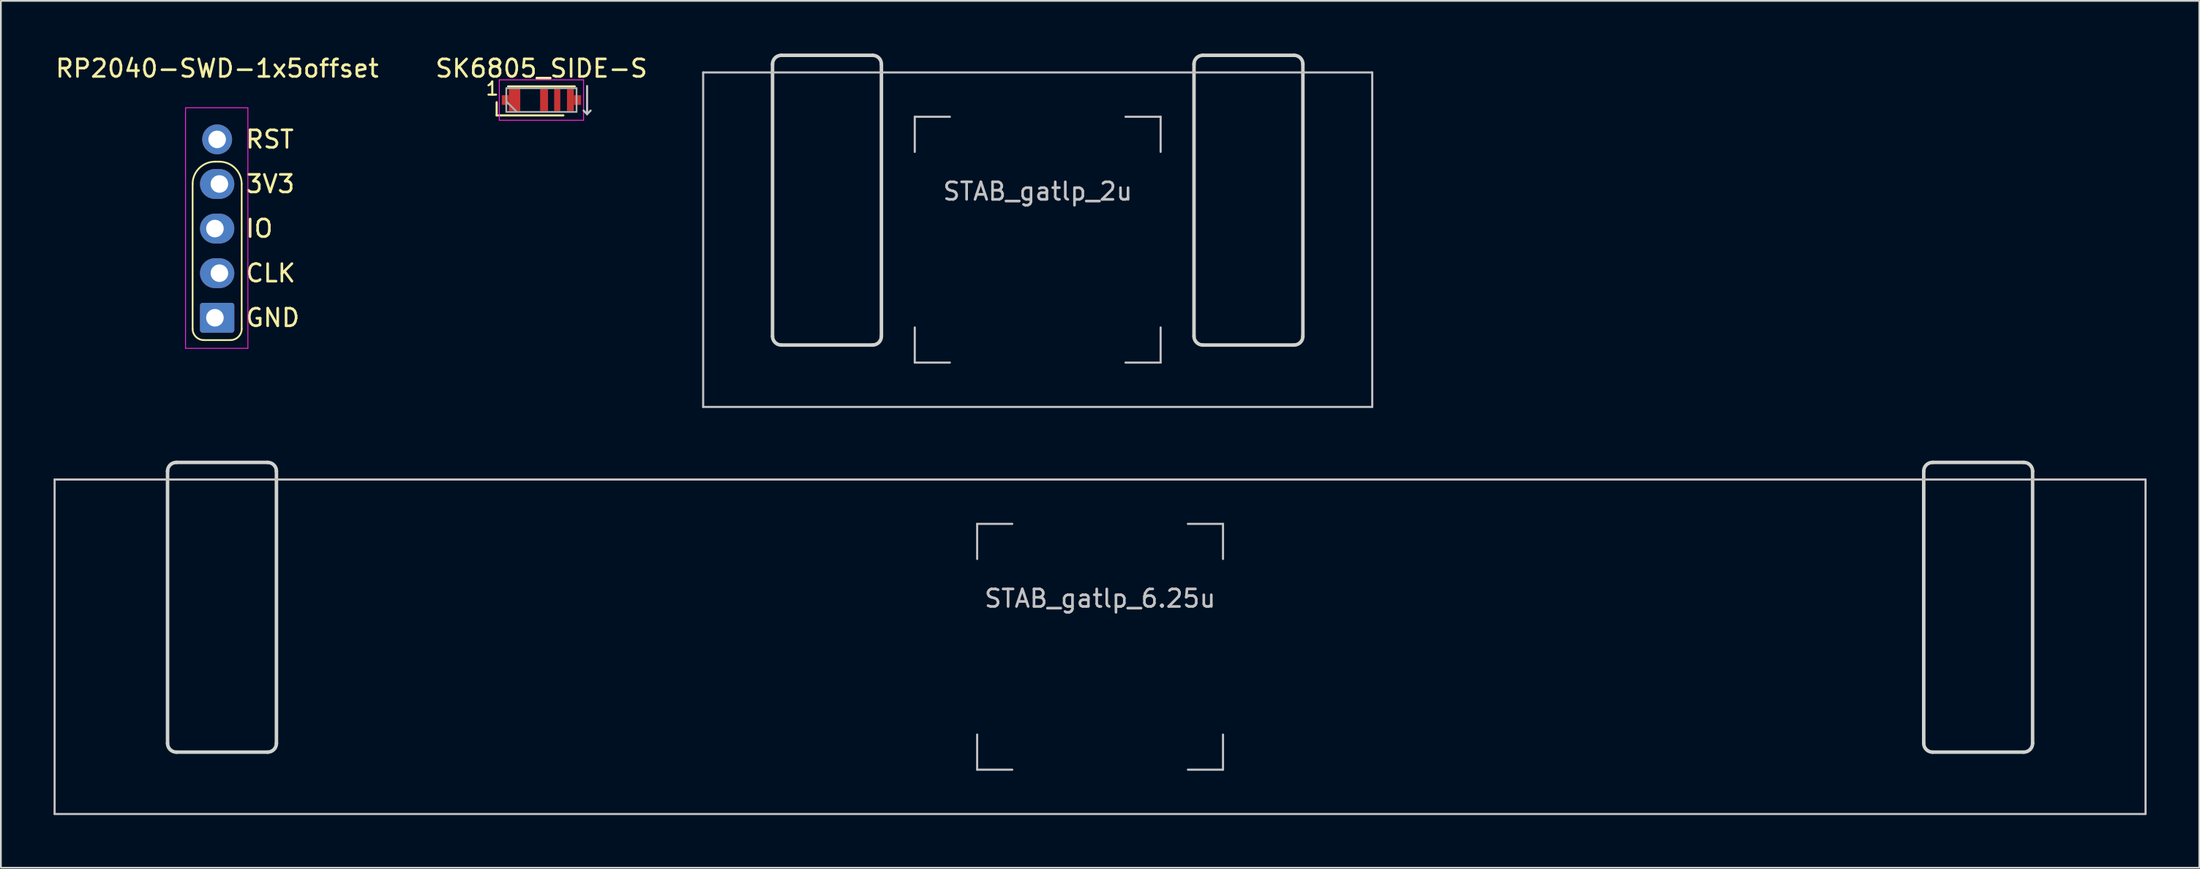
<source format=kicad_pcb>
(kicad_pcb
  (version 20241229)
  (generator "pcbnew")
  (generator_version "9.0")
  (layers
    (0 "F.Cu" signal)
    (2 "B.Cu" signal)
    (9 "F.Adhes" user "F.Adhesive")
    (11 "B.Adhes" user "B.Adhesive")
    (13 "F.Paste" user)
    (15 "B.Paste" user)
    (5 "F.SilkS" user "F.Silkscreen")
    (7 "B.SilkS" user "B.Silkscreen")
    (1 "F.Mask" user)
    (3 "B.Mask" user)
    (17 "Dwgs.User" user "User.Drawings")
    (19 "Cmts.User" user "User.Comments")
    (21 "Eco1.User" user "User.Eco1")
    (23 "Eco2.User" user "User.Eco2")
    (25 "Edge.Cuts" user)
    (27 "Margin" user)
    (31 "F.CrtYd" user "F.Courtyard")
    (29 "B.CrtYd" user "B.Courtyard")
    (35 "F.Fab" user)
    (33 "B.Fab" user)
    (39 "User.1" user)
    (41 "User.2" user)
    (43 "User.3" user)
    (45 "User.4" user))
  (footprint "STAB_gatlp_2u"
    (layer "F.Cu")
    (at 56.039 10.6)
    (property "Reference" "STAB_gatlp_2u" (at 0 -2.75 180) (layer "Dwgs.User") (effects (font (size 1 1) (thickness 0.15))))
    (attr exclude_from_pos_files exclude_from_bom)
    (fp_line (start -19.05 -9.525) (end -19.05 9.525) (stroke (width 0.12) (type solid)) (layer "Dwgs.User"))
    (fp_line (start -19.05 9.525) (end 19.05 9.525) (stroke (width 0.12) (type solid)) (layer "Dwgs.User"))
    (fp_line (start -7 -7) (end -7 -5) (stroke (width 0.12) (type solid)) (layer "Dwgs.User"))
    (fp_line (start -7 -7) (end -5 -7) (stroke (width 0.12) (type solid)) (layer "Dwgs.User"))
    (fp_line (start -7 7) (end -7 5) (stroke (width 0.12) (type solid)) (layer "Dwgs.User"))
    (fp_line (start -7 7) (end -5 7) (stroke (width 0.12) (type solid)) (layer "Dwgs.User"))
    (fp_line (start 7 -7) (end 5 -7) (stroke (width 0.12) (type solid)) (layer "Dwgs.User"))
    (fp_line (start 7 -7) (end 7 -5) (stroke (width 0.12) (type solid)) (layer "Dwgs.User"))
    (fp_line (start 7 5) (end 7 7) (stroke (width 0.12) (type solid)) (layer "Dwgs.User"))
    (fp_line (start 7 7) (end 5 7) (stroke (width 0.12) (type solid)) (layer "Dwgs.User"))
    (fp_line (start 19.05 -9.525) (end -19.05 -9.525) (stroke (width 0.12) (type solid)) (layer "Dwgs.User"))
    (fp_line (start 19.05 9.525) (end 19.05 -9.525) (stroke (width 0.12) (type solid)) (layer "Dwgs.User"))
    (fp_line (start -15.1 5.5) (end -15.1 -10) (stroke (width 0.2) (type solid)) (layer "Edge.Cuts"))
    (fp_line (start -14.6 -10.5) (end -9.4 -10.5) (stroke (width 0.2) (type solid)) (layer "Edge.Cuts"))
    (fp_line (start -9.4 6) (end -14.6 6) (stroke (width 0.2) (type solid)) (layer "Edge.Cuts"))
    (fp_line (start -8.9 -10) (end -8.9 5.5) (stroke (width 0.2) (type solid)) (layer "Edge.Cuts"))
    (fp_line (start 8.9 5.5) (end 8.9 -10) (stroke (width 0.2) (type solid)) (layer "Edge.Cuts"))
    (fp_line (start 9.4 -10.5) (end 14.6 -10.5) (stroke (width 0.2) (type solid)) (layer "Edge.Cuts"))
    (fp_line (start 14.6 6) (end 9.4 6) (stroke (width 0.2) (type solid)) (layer "Edge.Cuts"))
    (fp_line (start 15.1 -10) (end 15.1 5.5) (stroke (width 0.2) (type solid)) (layer "Edge.Cuts"))
    (fp_arc (start -15.1 -10) (mid -14.953554 -10.353554) (end -14.6 -10.5) (stroke (width 0.2) (type solid)) (layer "Edge.Cuts"))
    (fp_arc (start -14.6 6) (mid -14.953553 5.853553) (end -15.1 5.5) (stroke (width 0.2) (type solid)) (layer "Edge.Cuts"))
    (fp_arc (start -9.4 -10.5) (mid -9.046447 -10.353553) (end -8.9 -10) (stroke (width 0.2) (type solid)) (layer "Edge.Cuts"))
    (fp_arc (start -8.9 5.5) (mid -9.046447 5.853553) (end -9.4 6) (stroke (width 0.2) (type solid)) (layer "Edge.Cuts"))
    (fp_arc (start 8.9 -10) (mid 9.046447 -10.353553) (end 9.4 -10.5) (stroke (width 0.2) (type solid)) (layer "Edge.Cuts"))
    (fp_arc (start 9.4 6) (mid 9.046447 5.853553) (end 8.9 5.5) (stroke (width 0.2) (type solid)) (layer "Edge.Cuts"))
    (fp_arc (start 14.6 -10.5) (mid 14.953553 -10.353553) (end 15.1 -10) (stroke (width 0.2) (type solid)) (layer "Edge.Cuts"))
    (fp_arc (start 15.1 5.5) (mid 14.953553 5.853553) (end 14.6 6) (stroke (width 0.2) (type solid)) (layer "Edge.Cuts")))
  (footprint "RP2040-SWD-1x5offset"
    (layer "F.Cu")
    (at 9.315 9.968)
    (property "Reference" "RP2040-SWD-1x5offset" (at 0 -9.12 0) (layer "F.SilkS") (effects (font (size 1 1) (thickness 0.15))))
    (attr through_hole)
    (fp_line (start -1.397 -2.54) (end -1.397 5.715) (stroke (width 0.1) (type solid)) (layer "F.SilkS"))
    (fp_line (start -0.762 6.35) (end 0.762 6.35) (stroke (width 0.1) (type solid)) (layer "F.SilkS"))
    (fp_line (start -0.127 -3.81) (end 0.127 -3.81) (stroke (width 0.1) (type solid)) (layer "F.SilkS"))
    (fp_line (start 1.397 5.715) (end 1.397 -2.54) (stroke (width 0.1) (type solid)) (layer "F.SilkS"))
    (fp_arc (start -1.397 -2.54) (mid -1.025026 -3.438026) (end -0.127 -3.81) (stroke (width 0.1) (type solid)) (layer "F.SilkS"))
    (fp_arc (start -0.762 6.35) (mid -1.211013 6.164013) (end -1.397 5.715) (stroke (width 0.1) (type solid)) (layer "F.SilkS"))
    (fp_arc (start 0.127 -3.81) (mid 1.025026 -3.438026) (end 1.397 -2.54) (stroke (width 0.1) (type solid)) (layer "F.SilkS"))
    (fp_arc (start 1.397 5.715) (mid 1.211013 6.164013) (end 0.762 6.35) (stroke (width 0.1) (type solid)) (layer "F.SilkS"))
    (fp_line (start -1.8 -6.88) (end 1.75 -6.88) (stroke (width 0.05) (type solid)) (layer "F.CrtYd"))
    (fp_line (start -1.8 6.82) (end -1.8 -6.88) (stroke (width 0.05) (type solid)) (layer "F.CrtYd"))
    (fp_line (start -1.8 6.82) (end 1.75 6.82) (stroke (width 0.05) (type solid)) (layer "F.CrtYd"))
    (fp_line (start 1.75 -6.88) (end 1.75 6.82) (stroke (width 0.05) (type solid)) (layer "F.CrtYd"))
    (fp_text user "IO" (at 1.54 0 180) (layer "F.SilkS") (effects (font (size 1 1) (thickness 0.15)) (justify left)))
    (fp_text user "RST" (at 1.54 -5.08 0) (layer "F.SilkS") (effects (font (size 1 1) (thickness 0.15)) (justify left)))
    (fp_text user "GND" (at 1.54 5.08 180) (layer "F.SilkS") (effects (font (size 1 1) (thickness 0.15)) (justify left)))
    (fp_text user "3V3" (at 1.54 -2.54 180) (layer "F.SilkS") (effects (font (size 1 1) (thickness 0.15)) (justify left)))
    (fp_text user "CLK" (at 1.54 2.54 180) (layer "F.SilkS") (effects (font (size 1 1) (thickness 0.15)) (justify left)))
    (pad "1" thru_hole circle (at 0 -5.08) (size 1.7 1.7) (drill 1) (layers "*.Cu" "F.Mask"))
    (pad "2" thru_hole oval (at 0.127 -2.54 180) (size 1.954 1.7) (drill 1 (offset 0.127 0)) (layers "*.Cu" "F.Mask"))
    (pad "3" thru_hole oval (at -0.127 0 180) (size 1.954 1.7) (drill 1 (offset -0.127 0)) (layers "*.Cu" "F.Mask"))
    (pad "4" thru_hole oval (at 0.127 2.54 180) (size 1.954 1.7) (drill 1 (offset 0.127 0)) (layers "*.Cu" "F.Mask"))
    (pad "5" thru_hole roundrect (at -0.127 5.08 180) (size 1.954 1.7) (drill 1 (offset -0.127 0)) (layers "*.Cu" "F.Mask") (roundrect_rratio 0.088)))
  (footprint "SK6805_SIDE-S"
    (layer "F.Cu")
    (at 27.78 2.648)
    (property "Reference" "SK6805_SIDE-S" (at 0 -1.8 0) (layer "F.SilkS") (effects (font (size 1 1) (thickness 0.15))))
    (attr smd)
    (fp_line (start -2.55 0.875) (end -2.55 0.125) (stroke (width 0.12) (type solid)) (layer "F.SilkS"))
    (fp_line (start -2.55 0.875) (end 1.25 0.875) (stroke (width 0.12) (type solid)) (layer "F.SilkS"))
    (fp_line (start -1.9 -0.775) (end 1.9 -0.775) (stroke (width 0.12) (type solid)) (layer "F.SilkS"))
    (fp_line (start 2.6 -0.8) (end 2.6 0.8) (stroke (width 0.12) (type solid)) (layer "Dwgs.User"))
    (fp_line (start 2.6 0.8) (end 2.4 0.6) (stroke (width 0.12) (type solid)) (layer "Dwgs.User"))
    (fp_line (start 2.6 0.8) (end 2.8 0.6) (stroke (width 0.12) (type solid)) (layer "Dwgs.User"))
    (fp_line (start -2.4 -1.15) (end -2.4 1.15) (stroke (width 0.05) (type solid)) (layer "F.CrtYd"))
    (fp_line (start -2.4 1.15) (end 2.4 1.15) (stroke (width 0.05) (type solid)) (layer "F.CrtYd"))
    (fp_line (start 2.4 -1.15) (end -2.4 -1.15) (stroke (width 0.05) (type solid)) (layer "F.CrtYd"))
    (fp_line (start 2.4 1.15) (end 2.4 -1.15) (stroke (width 0.05) (type solid)) (layer "F.CrtYd"))
    (fp_line (start -2 -0.675) (end -2 0.675) (stroke (width 0.1) (type solid)) (layer "F.Fab"))
    (fp_line (start -2 0.075) (end -1.4 0.675) (stroke (width 0.1) (type solid)) (layer "F.Fab"))
    (fp_line (start -2 0.675) (end 2 0.675) (stroke (width 0.1) (type solid)) (layer "F.Fab"))
    (fp_line (start 2 -0.675) (end -2 -0.675) (stroke (width 0.1) (type solid)) (layer "F.Fab"))
    (fp_line (start 2 0.675) (end 2 -0.675) (stroke (width 0.1) (type solid)) (layer "F.Fab"))
    (fp_text user "1" (at -2.8 -0.65 0) (layer "F.SilkS") (effects (font (size 0.75 0.75) (thickness 0.12))))
    (pad "1" smd rect (at -2.055 0 180) (size 0.4 0.55) (layers "F.Cu" "F.Mask" "F.Paste"))
    (pad "1" smd rect (at -1.53 0 180) (size 0.65 1.25) (layers "F.Cu" "F.Mask" "F.Paste"))
    (pad "2" smd rect (at 0.15 0) (size 0.45 1.25) (layers "F.Cu" "F.Mask" "F.Paste"))
    (pad "3" smd rect (at 0.9 0) (size 0.35 1.25) (layers "F.Cu" "F.Mask" "F.Paste"))
    (pad "4" smd rect (at 1.65 0) (size 0.39 1.25) (layers "F.Cu" "F.Mask" "F.Paste"))
    (pad "4" smd rect (at 2.05 0) (size 0.41 0.55) (layers "F.Cu" "F.Mask" "F.Paste")))
  (footprint "STAB_gatlp_6.25u"
    (layer "F.Cu")
    (at 59.591 33.785)
    (property "Reference" "STAB_gatlp_6.25u" (at 0 -2.75 180) (layer "Dwgs.User") (effects (font (size 1 1) (thickness 0.15))))
    (attr exclude_from_pos_files exclude_from_bom)
    (fp_line (start -59.531 -9.525) (end -59.531 9.525) (stroke (width 0.12) (type solid)) (layer "Dwgs.User"))
    (fp_line (start -59.531 9.525) (end 59.531 9.525) (stroke (width 0.12) (type solid)) (layer "Dwgs.User"))
    (fp_line (start -7 -7) (end -7 -5) (stroke (width 0.12) (type solid)) (layer "Dwgs.User"))
    (fp_line (start -7 -7) (end -5 -7) (stroke (width 0.12) (type solid)) (layer "Dwgs.User"))
    (fp_line (start -7 7) (end -7 5) (stroke (width 0.12) (type solid)) (layer "Dwgs.User"))
    (fp_line (start -7 7) (end -5 7) (stroke (width 0.12) (type solid)) (layer "Dwgs.User"))
    (fp_line (start 7 -7) (end 5 -7) (stroke (width 0.12) (type solid)) (layer "Dwgs.User"))
    (fp_line (start 7 -7) (end 7 -5) (stroke (width 0.12) (type solid)) (layer "Dwgs.User"))
    (fp_line (start 7 5) (end 7 7) (stroke (width 0.12) (type solid)) (layer "Dwgs.User"))
    (fp_line (start 7 7) (end 5 7) (stroke (width 0.12) (type solid)) (layer "Dwgs.User"))
    (fp_line (start 59.531 -9.525) (end -59.531 -9.525) (stroke (width 0.12) (type solid)) (layer "Dwgs.User"))
    (fp_line (start 59.531 9.525) (end 59.531 -9.525) (stroke (width 0.12) (type solid)) (layer "Dwgs.User"))
    (fp_line (start -53.1 5.5) (end -53.1 -10) (stroke (width 0.2) (type solid)) (layer "Edge.Cuts"))
    (fp_line (start -52.6 -10.5) (end -47.4 -10.5) (stroke (width 0.2) (type solid)) (layer "Edge.Cuts"))
    (fp_line (start -47.4 6) (end -52.6 6) (stroke (width 0.2) (type solid)) (layer "Edge.Cuts"))
    (fp_line (start -46.9 -10) (end -46.9 5.5) (stroke (width 0.2) (type solid)) (layer "Edge.Cuts"))
    (fp_line (start 46.9 5.5) (end 46.9 -10) (stroke (width 0.2) (type solid)) (layer "Edge.Cuts"))
    (fp_line (start 47.4 -10.5) (end 52.6 -10.5) (stroke (width 0.2) (type solid)) (layer "Edge.Cuts"))
    (fp_line (start 52.6 6) (end 47.4 6) (stroke (width 0.2) (type solid)) (layer "Edge.Cuts"))
    (fp_line (start 53.1 -10) (end 53.1 5.5) (stroke (width 0.2) (type solid)) (layer "Edge.Cuts"))
    (fp_arc (start -53.1 -10) (mid -52.953553 -10.353553) (end -52.6 -10.5) (stroke (width 0.2) (type solid)) (layer "Edge.Cuts"))
    (fp_arc (start -52.6 6) (mid -52.953553 5.853553) (end -53.1 5.5) (stroke (width 0.2) (type solid)) (layer "Edge.Cuts"))
    (fp_arc (start -47.4 -10.5) (mid -47.046447 -10.353553) (end -46.9 -10) (stroke (width 0.2) (type solid)) (layer "Edge.Cuts"))
    (fp_arc (start -46.9 5.5) (mid -47.046447 5.853553) (end -47.4 6) (stroke (width 0.2) (type solid)) (layer "Edge.Cuts"))
    (fp_arc (start 46.9 -10) (mid 47.046447 -10.353553) (end 47.4 -10.5) (stroke (width 0.2) (type solid)) (layer "Edge.Cuts"))
    (fp_arc (start 47.4 6) (mid 47.046447 5.853553) (end 46.9 5.5) (stroke (width 0.2) (type solid)) (layer "Edge.Cuts"))
    (fp_arc (start 52.6 -10.5) (mid 52.953553 -10.353553) (end 53.1 -10) (stroke (width 0.2) (type solid)) (layer "Edge.Cuts"))
    (fp_arc (start 53.1 5.5) (mid 52.953553 5.853553) (end 52.6 6) (stroke (width 0.2) (type solid)) (layer "Edge.Cuts")))
  (gr_rect
    (start -3 -3)
    (end 122.183 46.37)
    (stroke (width 0.1) (type default))
    (fill no)
    (layer "Edge.Cuts")))
</source>
